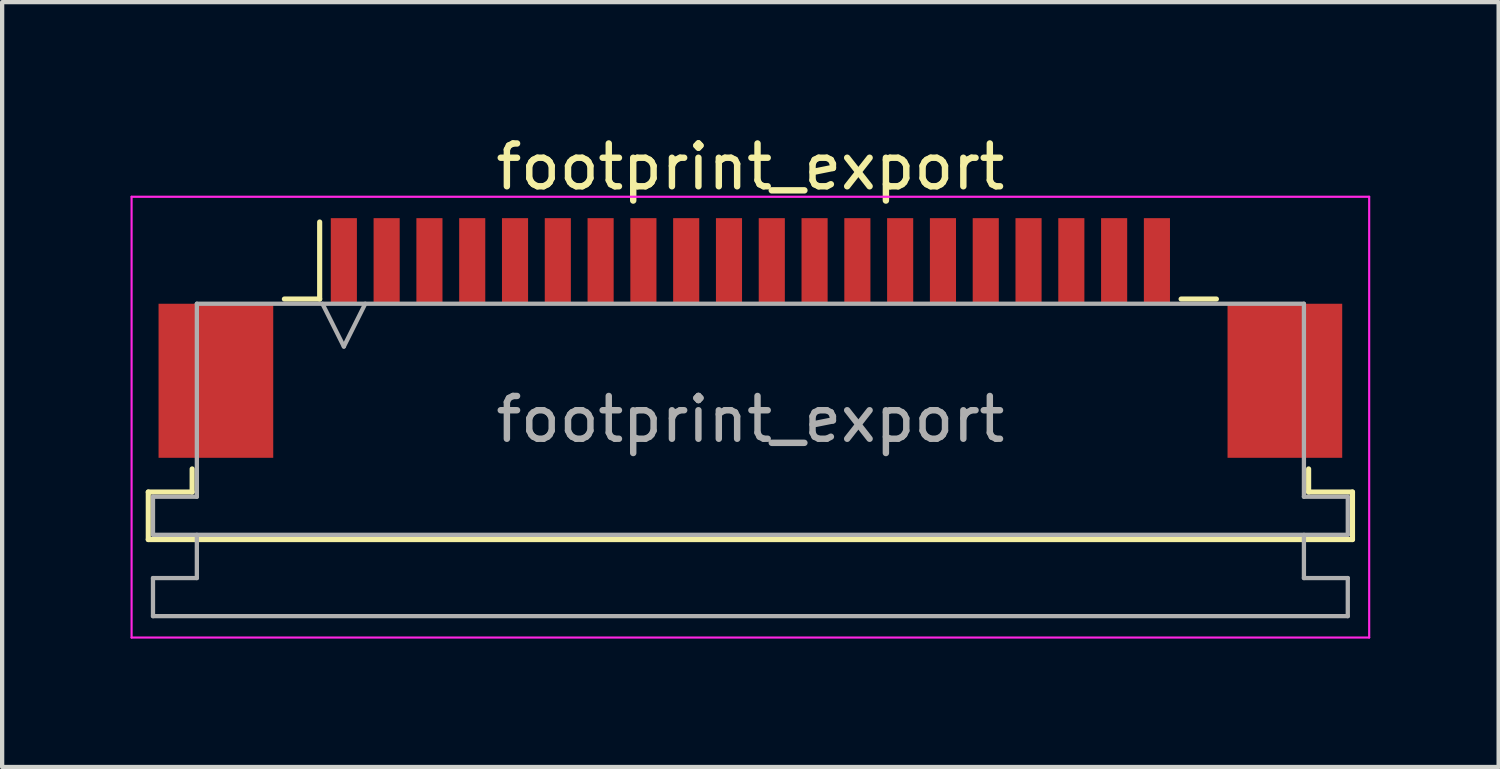
<source format=kicad_pcb>
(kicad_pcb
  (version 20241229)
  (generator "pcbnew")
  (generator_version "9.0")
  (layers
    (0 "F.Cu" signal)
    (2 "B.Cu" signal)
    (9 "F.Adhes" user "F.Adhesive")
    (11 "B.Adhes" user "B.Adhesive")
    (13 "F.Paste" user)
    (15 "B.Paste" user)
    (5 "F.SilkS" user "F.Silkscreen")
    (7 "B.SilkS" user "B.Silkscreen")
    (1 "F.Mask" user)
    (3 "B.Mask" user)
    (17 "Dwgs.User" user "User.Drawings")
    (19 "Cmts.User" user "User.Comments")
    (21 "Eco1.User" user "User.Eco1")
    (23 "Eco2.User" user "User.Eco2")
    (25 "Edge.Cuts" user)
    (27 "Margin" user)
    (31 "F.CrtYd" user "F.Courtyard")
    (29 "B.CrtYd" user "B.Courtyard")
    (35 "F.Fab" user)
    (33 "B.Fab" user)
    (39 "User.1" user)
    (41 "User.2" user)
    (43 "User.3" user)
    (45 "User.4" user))
  (footprint "footprint_export"
    (layer "F.Cu")
    (at 14.485 4.848)
    (property "Reference" "footprint_export" (at 0 -4 0) (layer "F.SilkS") (effects (font (size 1 1) (thickness 0.15))))
    (attr smd)
    (fp_line (start -14.07 3.6) (end -13.045 3.6) (stroke (width 0.12) (type solid)) (layer "F.SilkS"))
    (fp_line (start -14.07 4.71) (end -14.07 3.6) (stroke (width 0.12) (type solid)) (layer "F.SilkS"))
    (fp_line (start -13.045 3.6) (end -13.045 3.06) (stroke (width 0.12) (type solid)) (layer "F.SilkS"))
    (fp_line (start -10.89 -0.91) (end -10.065 -0.91) (stroke (width 0.12) (type solid)) (layer "F.SilkS"))
    (fp_line (start -10.065 -0.91) (end -10.065 -2.71) (stroke (width 0.12) (type solid)) (layer "F.SilkS"))
    (fp_line (start 10.065 -0.91) (end 10.89 -0.91) (stroke (width 0.12) (type solid)) (layer "F.SilkS"))
    (fp_line (start 13.045 3.06) (end 13.045 3.6) (stroke (width 0.12) (type solid)) (layer "F.SilkS"))
    (fp_line (start 13.045 3.6) (end 14.07 3.6) (stroke (width 0.12) (type solid)) (layer "F.SilkS"))
    (fp_line (start 14.07 3.6) (end 14.07 4.71) (stroke (width 0.12) (type solid)) (layer "F.SilkS"))
    (fp_line (start 14.07 4.71) (end -14.07 4.71) (stroke (width 0.12) (type solid)) (layer "F.SilkS"))
    (fp_line (start -14.46 -3.3) (end -14.46 7) (stroke (width 0.05) (type solid)) (layer "F.CrtYd"))
    (fp_line (start -14.46 7) (end 14.46 7) (stroke (width 0.05) (type solid)) (layer "F.CrtYd"))
    (fp_line (start 14.46 -3.3) (end -14.46 -3.3) (stroke (width 0.05) (type solid)) (layer "F.CrtYd"))
    (fp_line (start 14.46 7) (end 14.46 -3.3) (stroke (width 0.05) (type solid)) (layer "F.CrtYd"))
    (fp_line (start -13.96 3.71) (end -12.935 3.71) (stroke (width 0.1) (type solid)) (layer "F.Fab"))
    (fp_line (start -13.96 4.6) (end -13.96 3.71) (stroke (width 0.1) (type solid)) (layer "F.Fab"))
    (fp_line (start -13.96 5.61) (end -12.935 5.61) (stroke (width 0.1) (type solid)) (layer "F.Fab"))
    (fp_line (start -13.96 6.5) (end -13.96 5.61) (stroke (width 0.1) (type solid)) (layer "F.Fab"))
    (fp_line (start -12.935 -0.8) (end 12.935 -0.8) (stroke (width 0.1) (type solid)) (layer "F.Fab"))
    (fp_line (start -12.935 3.71) (end -12.935 -0.8) (stroke (width 0.1) (type solid)) (layer "F.Fab"))
    (fp_line (start -12.935 5.61) (end -12.935 4.6) (stroke (width 0.1) (type solid)) (layer "F.Fab"))
    (fp_line (start -10 -0.8) (end -9.5 0.2) (stroke (width 0.1) (type solid)) (layer "F.Fab"))
    (fp_line (start -9.5 0.2) (end -9 -0.8) (stroke (width 0.1) (type solid)) (layer "F.Fab"))
    (fp_line (start 12.935 -0.8) (end 12.935 3.71) (stroke (width 0.1) (type solid)) (layer "F.Fab"))
    (fp_line (start 12.935 3.71) (end 13.96 3.71) (stroke (width 0.1) (type solid)) (layer "F.Fab"))
    (fp_line (start 12.935 4.6) (end 12.935 5.61) (stroke (width 0.1) (type solid)) (layer "F.Fab"))
    (fp_line (start 12.935 5.61) (end 13.96 5.61) (stroke (width 0.1) (type solid)) (layer "F.Fab"))
    (fp_line (start 13.96 3.71) (end 13.96 4.6) (stroke (width 0.1) (type solid)) (layer "F.Fab"))
    (fp_line (start 13.96 4.6) (end -13.96 4.6) (stroke (width 0.1) (type solid)) (layer "F.Fab"))
    (fp_line (start 13.96 5.61) (end 13.96 6.5) (stroke (width 0.1) (type solid)) (layer "F.Fab"))
    (fp_line (start 13.96 6.5) (end -13.96 6.5) (stroke (width 0.1) (type solid)) (layer "F.Fab"))
    (fp_text user "${REFERENCE}" (at 0 1.9 0) (layer "F.Fab") (effects (font (size 1 1) (thickness 0.15))))
    (pad "1" smd rect (at -9.5 -1.8) (size 0.61 2) (layers "F.Cu" "F.Mask" "F.Paste"))
    (pad "2" smd rect (at -8.5 -1.8) (size 0.61 2) (layers "F.Cu" "F.Mask" "F.Paste"))
    (pad "3" smd rect (at -7.5 -1.8) (size 0.61 2) (layers "F.Cu" "F.Mask" "F.Paste"))
    (pad "4" smd rect (at -6.5 -1.8) (size 0.61 2) (layers "F.Cu" "F.Mask" "F.Paste"))
    (pad "5" smd rect (at -5.5 -1.8) (size 0.61 2) (layers "F.Cu" "F.Mask" "F.Paste"))
    (pad "6" smd rect (at -4.5 -1.8) (size 0.61 2) (layers "F.Cu" "F.Mask" "F.Paste"))
    (pad "7" smd rect (at -3.5 -1.8) (size 0.61 2) (layers "F.Cu" "F.Mask" "F.Paste"))
    (pad "8" smd rect (at -2.5 -1.8) (size 0.61 2) (layers "F.Cu" "F.Mask" "F.Paste"))
    (pad "9" smd rect (at -1.5 -1.8) (size 0.61 2) (layers "F.Cu" "F.Mask" "F.Paste"))
    (pad "10" smd rect (at -0.5 -1.8) (size 0.61 2) (layers "F.Cu" "F.Mask" "F.Paste"))
    (pad "11" smd rect (at 0.5 -1.8) (size 0.61 2) (layers "F.Cu" "F.Mask" "F.Paste"))
    (pad "12" smd rect (at 1.5 -1.8) (size 0.61 2) (layers "F.Cu" "F.Mask" "F.Paste"))
    (pad "13" smd rect (at 2.5 -1.8) (size 0.61 2) (layers "F.Cu" "F.Mask" "F.Paste"))
    (pad "14" smd rect (at 3.5 -1.8) (size 0.61 2) (layers "F.Cu" "F.Mask" "F.Paste"))
    (pad "15" smd rect (at 4.5 -1.8) (size 0.61 2) (layers "F.Cu" "F.Mask" "F.Paste"))
    (pad "16" smd rect (at 5.5 -1.8) (size 0.61 2) (layers "F.Cu" "F.Mask" "F.Paste"))
    (pad "17" smd rect (at 6.5 -1.8) (size 0.61 2) (layers "F.Cu" "F.Mask" "F.Paste"))
    (pad "18" smd rect (at 7.5 -1.8) (size 0.61 2) (layers "F.Cu" "F.Mask" "F.Paste"))
    (pad "19" smd rect (at 8.5 -1.8) (size 0.61 2) (layers "F.Cu" "F.Mask" "F.Paste"))
    (pad "20" smd rect (at 9.5 -1.8) (size 0.61 2) (layers "F.Cu" "F.Mask" "F.Paste"))
    (pad "MP" smd rect (at -12.49 1) (size 2.68 3.6) (layers "F.Cu" "F.Mask" "F.Paste"))
    (pad "MP" smd rect (at 12.49 1) (size 2.68 3.6) (layers "F.Cu" "F.Mask" "F.Paste")))
  (gr_rect
    (start -3 -3)
    (end 31.97 14.873)
    (stroke (width 0.1) (type default))
    (fill no)
    (layer "Edge.Cuts")))
</source>
